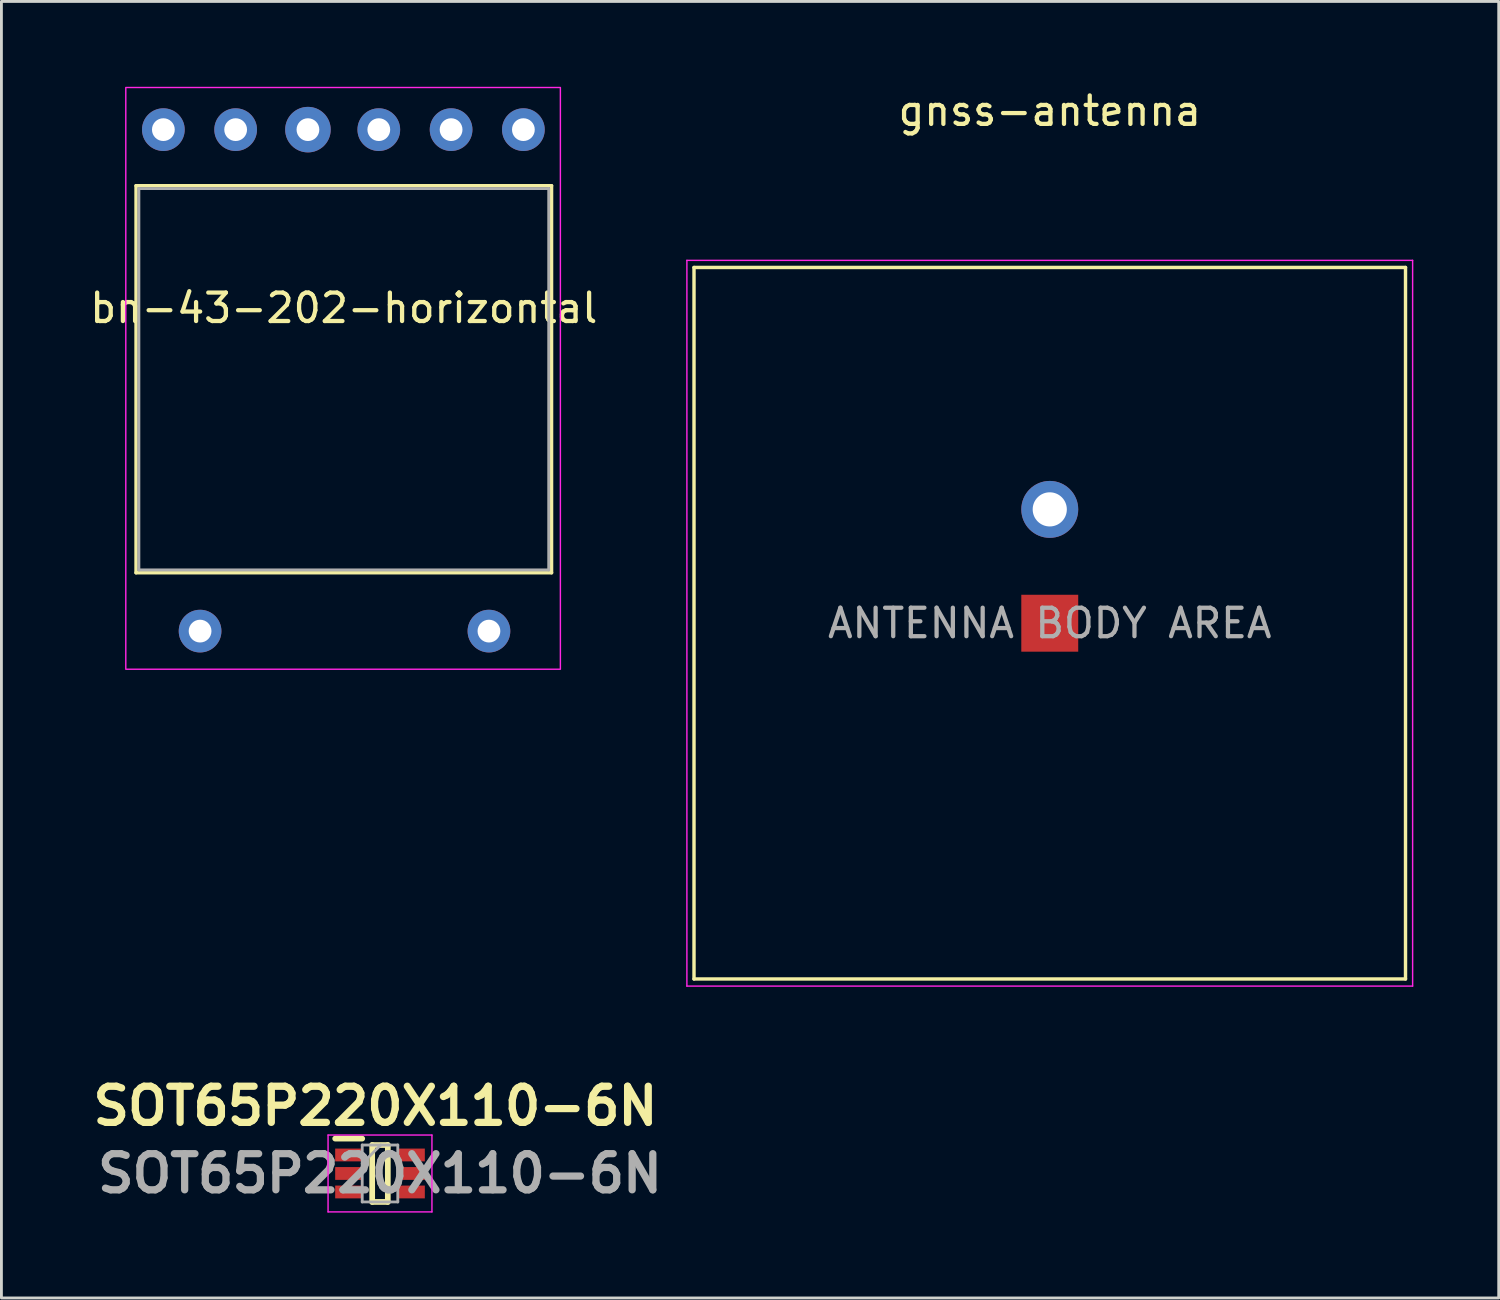
<source format=kicad_pcb>
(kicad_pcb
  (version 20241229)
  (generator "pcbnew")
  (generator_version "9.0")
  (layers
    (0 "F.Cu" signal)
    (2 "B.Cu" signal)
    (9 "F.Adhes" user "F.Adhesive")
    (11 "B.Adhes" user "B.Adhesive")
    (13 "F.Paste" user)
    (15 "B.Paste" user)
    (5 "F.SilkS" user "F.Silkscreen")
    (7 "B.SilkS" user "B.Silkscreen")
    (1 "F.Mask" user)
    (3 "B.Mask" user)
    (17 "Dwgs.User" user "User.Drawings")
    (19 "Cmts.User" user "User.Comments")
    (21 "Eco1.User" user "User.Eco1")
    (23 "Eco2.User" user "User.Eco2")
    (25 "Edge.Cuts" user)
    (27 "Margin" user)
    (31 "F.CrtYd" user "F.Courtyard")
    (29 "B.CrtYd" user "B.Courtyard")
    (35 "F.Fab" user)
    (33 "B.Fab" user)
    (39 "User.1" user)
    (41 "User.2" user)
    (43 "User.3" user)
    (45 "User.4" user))
  (footprint "SOT65P220X110-6N"
    (layer "F.Cu")
    (at 10.302 38.182)
    (property "Reference" "SOT65P220X110-6N" (at -0.16 -2.37 0) (layer "F.SilkS") (effects (font (size 1.27 1.27) (thickness 0.254))))
    (attr smd)
    (fp_line (start -1.575 -1.225) (end -0.625 -1.225) (stroke (width 0.2) (type solid)) (layer "F.SilkS"))
    (fp_line (start -0.275 -1) (end 0.275 -1) (stroke (width 0.2) (type solid)) (layer "F.SilkS"))
    (fp_line (start -0.275 1) (end -0.275 -1) (stroke (width 0.2) (type solid)) (layer "F.SilkS"))
    (fp_line (start 0.275 -1) (end 0.275 1) (stroke (width 0.2) (type solid)) (layer "F.SilkS"))
    (fp_line (start 0.275 1) (end -0.275 1) (stroke (width 0.2) (type solid)) (layer "F.SilkS"))
    (fp_line (start -1.825 -1.35) (end 1.825 -1.35) (stroke (width 0.05) (type solid)) (layer "F.CrtYd"))
    (fp_line (start -1.825 1.35) (end -1.825 -1.35) (stroke (width 0.05) (type solid)) (layer "F.CrtYd"))
    (fp_line (start 1.825 -1.35) (end 1.825 1.35) (stroke (width 0.05) (type solid)) (layer "F.CrtYd"))
    (fp_line (start 1.825 1.35) (end -1.825 1.35) (stroke (width 0.05) (type solid)) (layer "F.CrtYd"))
    (fp_line (start -0.625 -1) (end 0.625 -1) (stroke (width 0.1) (type solid)) (layer "F.Fab"))
    (fp_line (start -0.625 -0.35) (end 0.025 -1) (stroke (width 0.1) (type solid)) (layer "F.Fab"))
    (fp_line (start -0.625 1) (end -0.625 -1) (stroke (width 0.1) (type solid)) (layer "F.Fab"))
    (fp_line (start 0.625 -1) (end 0.625 1) (stroke (width 0.1) (type solid)) (layer "F.Fab"))
    (fp_line (start 0.625 1) (end -0.625 1) (stroke (width 0.1) (type solid)) (layer "F.Fab"))
    (fp_text user "${REFERENCE}" (at 0 0 0) (layer "F.Fab") (effects (font (size 1.27 1.27) (thickness 0.254))))
    (pad "1" smd rect (at -1.1 -0.65 90) (size 0.45 0.95) (layers "F.Cu" "F.Mask" "F.Paste"))
    (pad "2" smd rect (at -1.1 0 90) (size 0.45 0.95) (layers "F.Cu" "F.Mask" "F.Paste"))
    (pad "3" smd rect (at -1.1 0.65 90) (size 0.45 0.95) (layers "F.Cu" "F.Mask" "F.Paste"))
    (pad "4" smd rect (at 1.1 0.65 90) (size 0.45 0.95) (layers "F.Cu" "F.Mask" "F.Paste"))
    (pad "5" smd rect (at 1.1 0 90) (size 0.45 0.95) (layers "F.Cu" "F.Mask" "F.Paste"))
    (pad "6" smd rect (at 1.1 -0.65 90) (size 0.45 0.95) (layers "F.Cu" "F.Mask" "F.Paste")))
  (footprint "bn-43-202-horizontal"
    (layer "F.Cu")
    (at 9.03 10.275)
    (property "Reference" "bn-43-202-horizontal" (at 0 -2.5 0) (layer "F.SilkS") (effects (font (size 1 1) (thickness 0.15))))
    (attr through_hole)
    (fp_line (start -7.3 -6.8) (end 7.3 -6.8) (stroke (width 0.12) (type solid)) (layer "F.SilkS"))
    (fp_line (start -7.3 6.8) (end -7.3 -6.8) (stroke (width 0.12) (type solid)) (layer "F.SilkS"))
    (fp_line (start 7.3 -6.8) (end 7.3 6.8) (stroke (width 0.12) (type solid)) (layer "F.SilkS"))
    (fp_line (start 7.3 6.8) (end -7.3 6.8) (stroke (width 0.12) (type solid)) (layer "F.SilkS"))
    (fp_rect (start -7.66 -10.25) (end 7.61 10.19) (stroke (width 0.05) (type default)) (fill no) (layer "F.CrtYd"))
    (fp_line (start -7.2 -6.7) (end 7.2 -6.7) (stroke (width 0.1) (type solid)) (layer "F.Fab"))
    (fp_line (start -7.2 6.7) (end -7.2 -6.7) (stroke (width 0.1) (type solid)) (layer "F.Fab"))
    (fp_line (start 7.2 -6.7) (end 7.2 6.7) (stroke (width 0.1) (type solid)) (layer "F.Fab"))
    (fp_line (start 7.2 6.7) (end -7.2 6.7) (stroke (width 0.1) (type solid)) (layer "F.Fab"))
    (pad "1" thru_hole circle (at -6.34 -8.77) (size 1.5 1.5) (drill 0.8) (layers "*.Cu" "*.Mask"))
    (pad "2" thru_hole circle (at -3.8 -8.77) (size 1.5 1.5) (drill 0.8) (layers "*.Cu" "*.Mask"))
    (pad "3" thru_hole circle (at -1.26 -8.77 90) (size 1.6 1.6) (drill 0.8) (layers "*.Cu" "*.Mask"))
    (pad "4" thru_hole circle (at 1.23 -8.77) (size 1.5 1.5) (drill 0.8) (layers "*.Cu" "*.Mask"))
    (pad "5" thru_hole circle (at 3.77 -8.77 90) (size 1.5 1.5) (drill 0.8) (layers "*.Cu" "*.Mask"))
    (pad "6" thru_hole circle (at 6.31 -8.77) (size 1.5 1.5) (drill 0.8) (layers "*.Cu" "*.Mask"))
    (pad "7" thru_hole circle (at -5.05 8.85) (size 1.5 1.5) (drill 0.8) (layers "*.Cu" "*.Mask"))
    (pad "8" thru_hole circle (at 5.1 8.85) (size 1.5 1.5) (drill 0.8) (layers "*.Cu" "*.Mask")))
  (footprint "gnss-antenna"
    (layer "F.Cu")
    (at 33.835 14.848)
    (property "Reference" "gnss-antenna" (at 0 -14 0) (layer "F.SilkS") (effects (font (size 1 1) (thickness 0.15))))
    (attr through_hole)
    (fp_line (start -12.5 -8.5) (end 12.5 -8.5) (stroke (width 0.12) (type solid)) (layer "F.SilkS"))
    (fp_line (start -12.5 16.5) (end -12.5 -8.5) (stroke (width 0.12) (type solid)) (layer "F.SilkS"))
    (fp_line (start 12.5 -8.5) (end 12.5 16.5) (stroke (width 0.12) (type solid)) (layer "F.SilkS"))
    (fp_line (start 12.5 16.5) (end -12.5 16.5) (stroke (width 0.12) (type solid)) (layer "F.SilkS"))
    (fp_line (start -12.75 -8.75) (end 12.75 -8.75) (stroke (width 0.05) (type solid)) (layer "F.CrtYd"))
    (fp_line (start -12.75 16.75) (end -12.75 -8.75) (stroke (width 0.05) (type solid)) (layer "F.CrtYd"))
    (fp_line (start 12.75 -8.75) (end 12.75 16.75) (stroke (width 0.05) (type solid)) (layer "F.CrtYd"))
    (fp_line (start 12.75 16.75) (end -12.75 16.75) (stroke (width 0.05) (type solid)) (layer "F.CrtYd"))
    (fp_text user "ANTENNA BODY AREA" (at 0 4 0) (layer "F.Fab") (effects (font (size 1 1) (thickness 0.15))))
    (pad "1" thru_hole circle (at 0 0) (size 2 2) (drill 1.2) (layers "*.Cu" "*.Mask"))
    (pad "2" smd rect (at 0 4) (size 2 2) (layers "F.Cu" "F.Mask")))
  (gr_rect
    (start -3 -3)
    (end 49.61 42.557)
    (stroke (width 0.1) (type default))
    (fill no)
    (layer "Edge.Cuts")))
</source>
